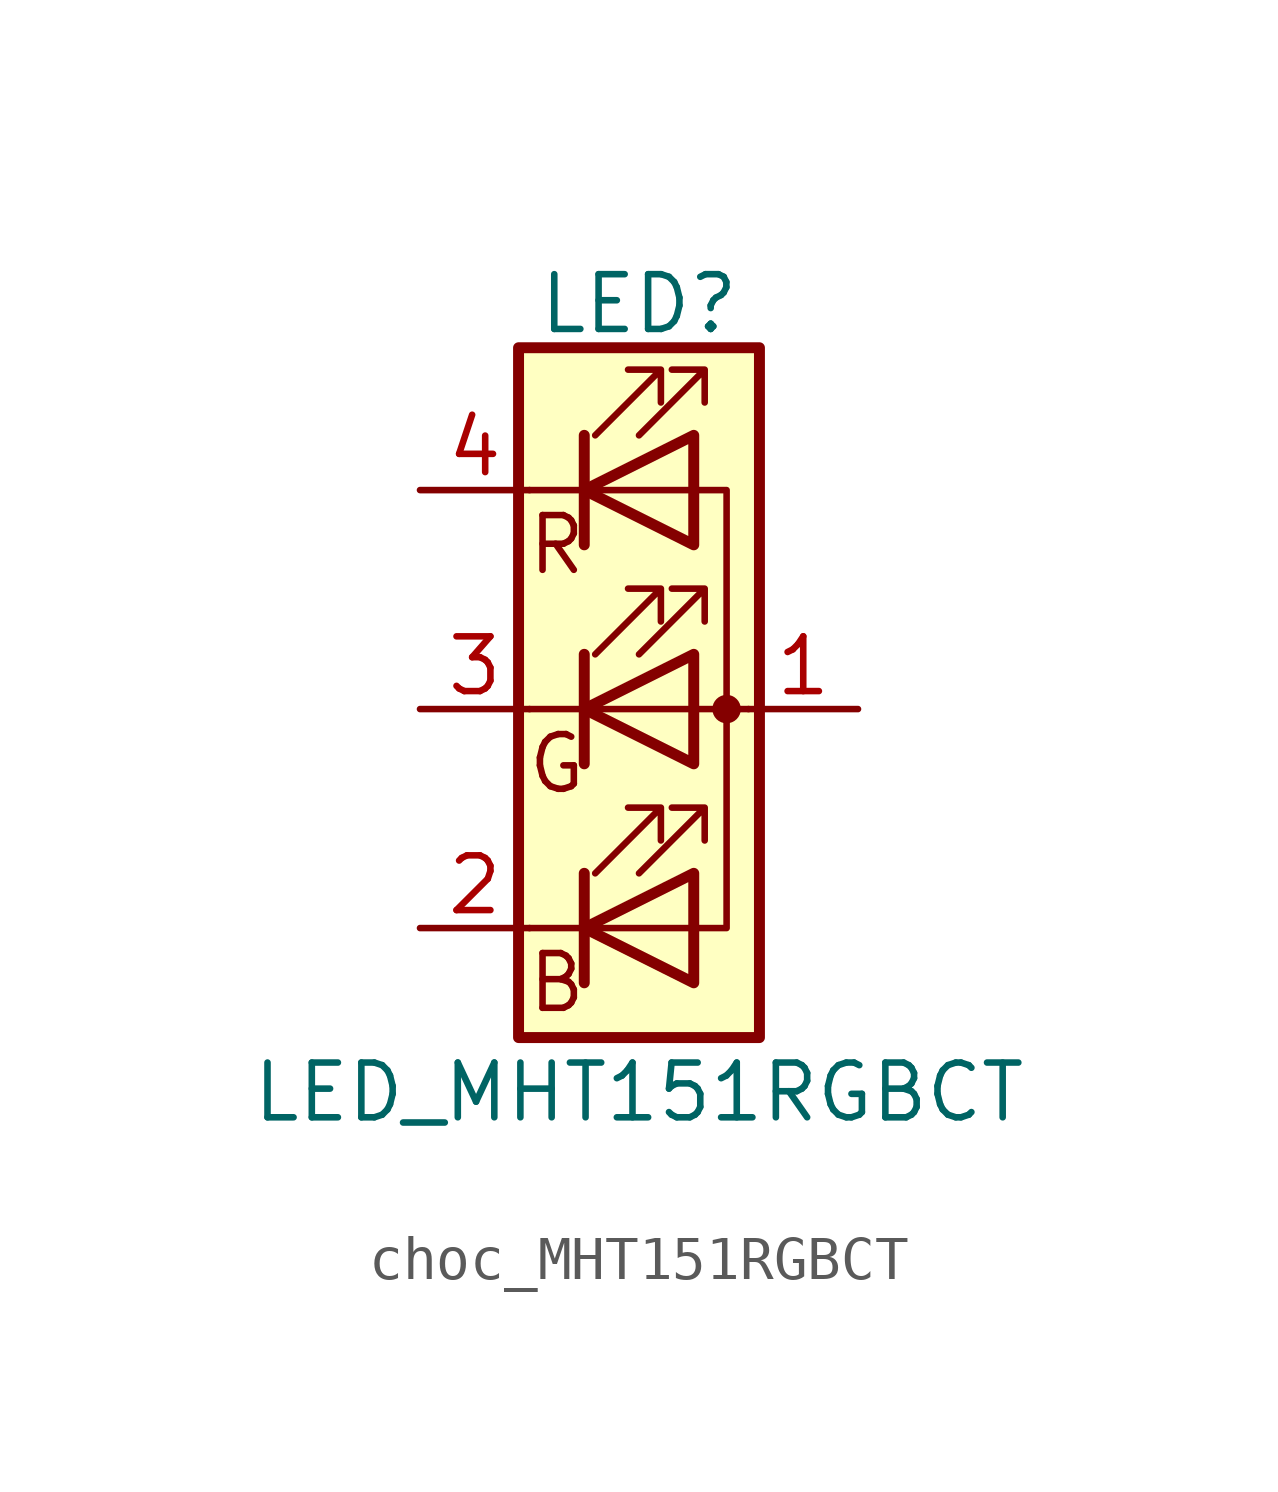
<source format=kicad_sym>
(kicad_symbol_lib
  (version 20220914)
  (generator kicad_symbol_editor)
  (symbol "choc_MHT151RGBCT"
    (pin_names
      (offset 0) hide)
    (property "Reference" "LED"
      (at 0 9.398 0)
      (effects (font (size 1.27 1.27))))
    (property "Value" "LED_MHT151RGBCT"
      (at 0 -8.89 0)
      (effects (font (size 1.27 1.27))))
    (symbol "choc_MHT151RGBCT_0_0"
      (text "B" (at -1.905 -6.35 0) (effects (font (size 1.27 1.27))))
      (text "G" (at -1.905 -1.27 0) (effects (font (size 1.27 1.27))))
      (text "R" (at -1.905 3.81 0) (effects (font (size 1.27 1.27)))))
    (symbol "choc_MHT151RGBCT_0_1"
      (polyline (pts (xy -1.27 -5.08) (xy -2.54 -5.08)) (stroke (width 0) (type default)) (fill (type none)))
      (polyline (pts (xy -1.27 -5.08) (xy 1.27 -5.08)) (stroke (width 0) (type default)) (fill (type none)))
      (polyline (pts (xy -1.27 -3.81) (xy -1.27 -6.35)) (stroke (width 0.254) (type default)) (fill (type none)))
      (polyline (pts (xy -1.27 0) (xy -2.54 0)) (stroke (width 0) (type default)) (fill (type none)))
      (polyline (pts (xy -1.27 1.27) (xy -1.27 -1.27)) (stroke (width 0.254) (type default)) (fill (type none)))
      (polyline (pts (xy -1.27 5.08) (xy -2.54 5.08)) (stroke (width 0) (type default)) (fill (type none)))
      (polyline (pts (xy -1.27 5.08) (xy 1.27 5.08)) (stroke (width 0) (type default)) (fill (type none)))
      (polyline (pts (xy -1.27 6.35) (xy -1.27 3.81)) (stroke (width 0.254) (type default)) (fill (type none)))
      (polyline (pts (xy 1.27 0) (xy -1.27 0)) (stroke (width 0) (type default)) (fill (type none)))
      (polyline (pts (xy 1.27 0) (xy 2.54 0)) (stroke (width 0) (type default)) (fill (type none)))
      (polyline (pts (xy -1.27 1.27) (xy -1.27 -1.27) (xy -1.27 -1.27)) (stroke (width 0) (type default)) (fill (type none)))
      (polyline (pts (xy -1.27 6.35) (xy -1.27 3.81) (xy -1.27 3.81)) (stroke (width 0) (type default)) (fill (type none)))
      (polyline (pts (xy 1.27 -5.08) (xy 2.032 -5.08) (xy 2.032 5.08) (xy 1.27 5.08)) (stroke (width 0) (type default)) (fill (type none)))
      (polyline (pts (xy 1.27 -3.81) (xy 1.27 -6.35) (xy -1.27 -5.08) (xy 1.27 -3.81)) (stroke (width 0.254) (type default)) (fill (type none)))
      (polyline (pts (xy 1.27 1.27) (xy 1.27 -1.27) (xy -1.27 0) (xy 1.27 1.27)) (stroke (width 0.254) (type default)) (fill (type none)))
      (polyline (pts (xy 1.27 6.35) (xy 1.27 3.81) (xy -1.27 5.08) (xy 1.27 6.35)) (stroke (width 0.254) (type default)) (fill (type none)))
      (polyline (pts (xy -1.016 -3.81) (xy 0.508 -2.286) (xy -0.254 -2.286) (xy 0.508 -2.286) (xy 0.508 -3.048)) (stroke (width 0) (type default)) (fill (type none)))
      (polyline (pts (xy -1.016 1.27) (xy 0.508 2.794) (xy -0.254 2.794) (xy 0.508 2.794) (xy 0.508 2.032)) (stroke (width 0) (type default)) (fill (type none)))
      (polyline (pts (xy -1.016 6.35) (xy 0.508 7.874) (xy -0.254 7.874) (xy 0.508 7.874) (xy 0.508 7.112)) (stroke (width 0) (type default)) (fill (type none)))
      (polyline (pts (xy 0 -3.81) (xy 1.524 -2.286) (xy 0.762 -2.286) (xy 1.524 -2.286) (xy 1.524 -3.048)) (stroke (width 0) (type default)) (fill (type none)))
      (polyline (pts (xy 0 1.27) (xy 1.524 2.794) (xy 0.762 2.794) (xy 1.524 2.794) (xy 1.524 2.032)) (stroke (width 0) (type default)) (fill (type none)))
      (polyline (pts (xy 0 6.35) (xy 1.524 7.874) (xy 0.762 7.874) (xy 1.524 7.874) (xy 1.524 7.112)) (stroke (width 0) (type default)) (fill (type none)))
      (rectangle (start 1.27 -1.27) (end 1.27 1.27) (stroke (width 0) (type default)) (fill (type none)))
      (rectangle (start 1.27 1.27) (end 1.27 1.27) (stroke (width 0) (type default)) (fill (type none)))
      (rectangle (start 1.27 3.81) (end 1.27 6.35) (stroke (width 0) (type default)) (fill (type none)))
      (rectangle (start 1.27 6.35) (end 1.27 6.35) (stroke (width 0) (type default)) (fill (type none)))
      (circle (center 2.032 0) (radius 0.254) (stroke (width 0) (type default)) (fill (type outline)))
      (rectangle (start 2.794 8.382) (end -2.794 -7.62) (stroke (width 0.254) (type default)) (fill (type background))))
    (symbol "choc_MHT151RGBCT_1_1"
      (pin passive line (at 5.08 0 180) (length 2.54) (name "A" (effects (font (size 1.27 1.27)))) (number "1" (effects (font (size 1.27 1.27)))))
      (pin passive line (at -5.08 -5.08 0) (length 2.54) (name "BK" (effects (font (size 1.27 1.27)))) (number "2" (effects (font (size 1.27 1.27)))))
      (pin passive line (at -5.08 0 0) (length 2.54) (name "GK" (effects (font (size 1.27 1.27)))) (number "3" (effects (font (size 1.27 1.27)))))
      (pin passive line (at -5.08 5.08 0) (length 2.54) (name "RK" (effects (font (size 1.27 1.27)))) (number "4" (effects (font (size 1.27 1.27))))))))
</source>
